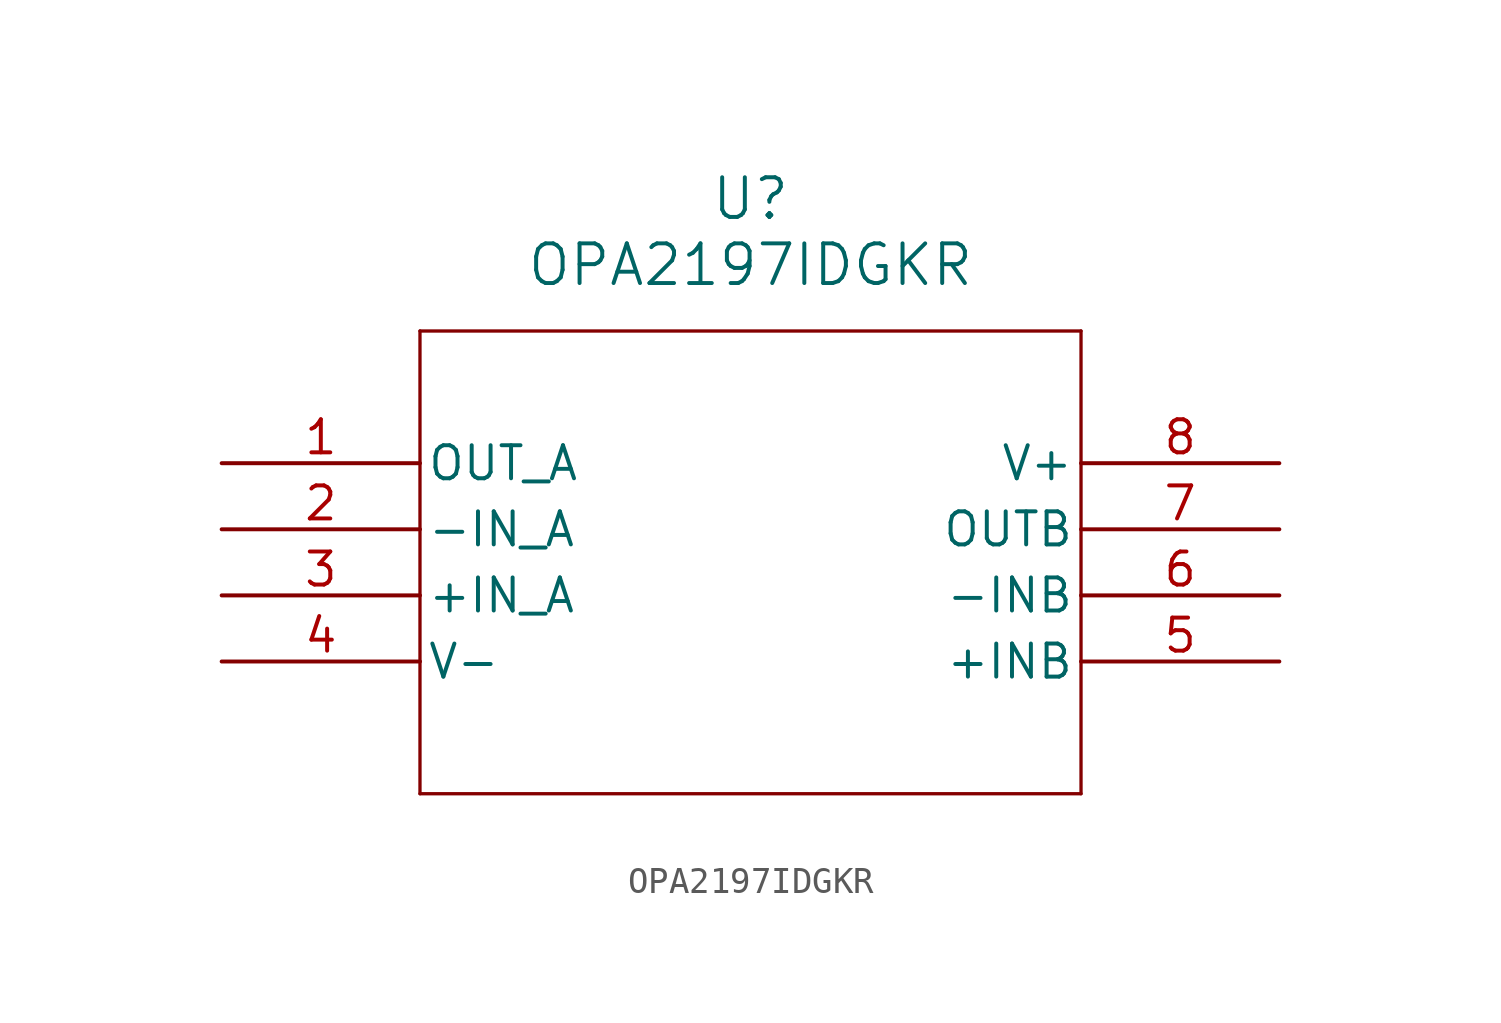
<source format=kicad_sym>
(kicad_symbol_lib
  (version 20211014)
  (generator kicad_symbol_editor)
  (symbol "OPA2197IDGKR"
    (pin_names
      (offset 0.254))
    (property "Reference" "U"
      (at 20.32 10.16 0)
      (effects (font (size 1.524 1.524))))
    (property "Value" "OPA2197IDGKR"
      (at 20.32 7.62 0)
      (effects (font (size 1.524 1.524))))
    (symbol "OPA2197IDGKR_0_1"
      (polyline (pts (xy 7.62 5.08) (xy 7.62 -12.7)) (stroke (width 0.127) (type default) (color 0 0 0 0)) (fill (type none)))
      (polyline (pts (xy 7.62 -12.7) (xy 33.02 -12.7)) (stroke (width 0.127) (type default) (color 0 0 0 0)) (fill (type none)))
      (polyline (pts (xy 33.02 -12.7) (xy 33.02 5.08)) (stroke (width 0.127) (type default) (color 0 0 0 0)) (fill (type none)))
      (polyline (pts (xy 33.02 5.08) (xy 7.62 5.08)) (stroke (width 0.127) (type default) (color 0 0 0 0)) (fill (type none)))
      (pin output line (at 0 0 0) (length 7.62) (name "OUT A" (effects (font (size 1.27 1.27)))) (number "1" (effects (font (size 1.27 1.27)))))
      (pin unspecified line (at 0 -2.54 0) (length 7.62) (name "-IN A" (effects (font (size 1.27 1.27)))) (number "2" (effects (font (size 1.27 1.27)))))
      (pin input line (at 0 -5.08 0) (length 7.62) (name "+IN A" (effects (font (size 1.27 1.27)))) (number "3" (effects (font (size 1.27 1.27)))))
      (pin power_in line (at 0 -7.62 0) (length 7.62) (name "V-" (effects (font (size 1.27 1.27)))) (number "4" (effects (font (size 1.27 1.27)))))
      (pin input line (at 40.64 -7.62 180) (length 7.62) (name "+INB" (effects (font (size 1.27 1.27)))) (number "5" (effects (font (size 1.27 1.27)))))
      (pin input line (at 40.64 -5.08 180) (length 7.62) (name "-INB" (effects (font (size 1.27 1.27)))) (number "6" (effects (font (size 1.27 1.27)))))
      (pin output line (at 40.64 -2.54 180) (length 7.62) (name "OUTB" (effects (font (size 1.27 1.27)))) (number "7" (effects (font (size 1.27 1.27)))))
      (pin power_in line (at 40.64 0 180) (length 7.62) (name "V+" (effects (font (size 1.27 1.27)))) (number "8" (effects (font (size 1.27 1.27))))))))
</source>
